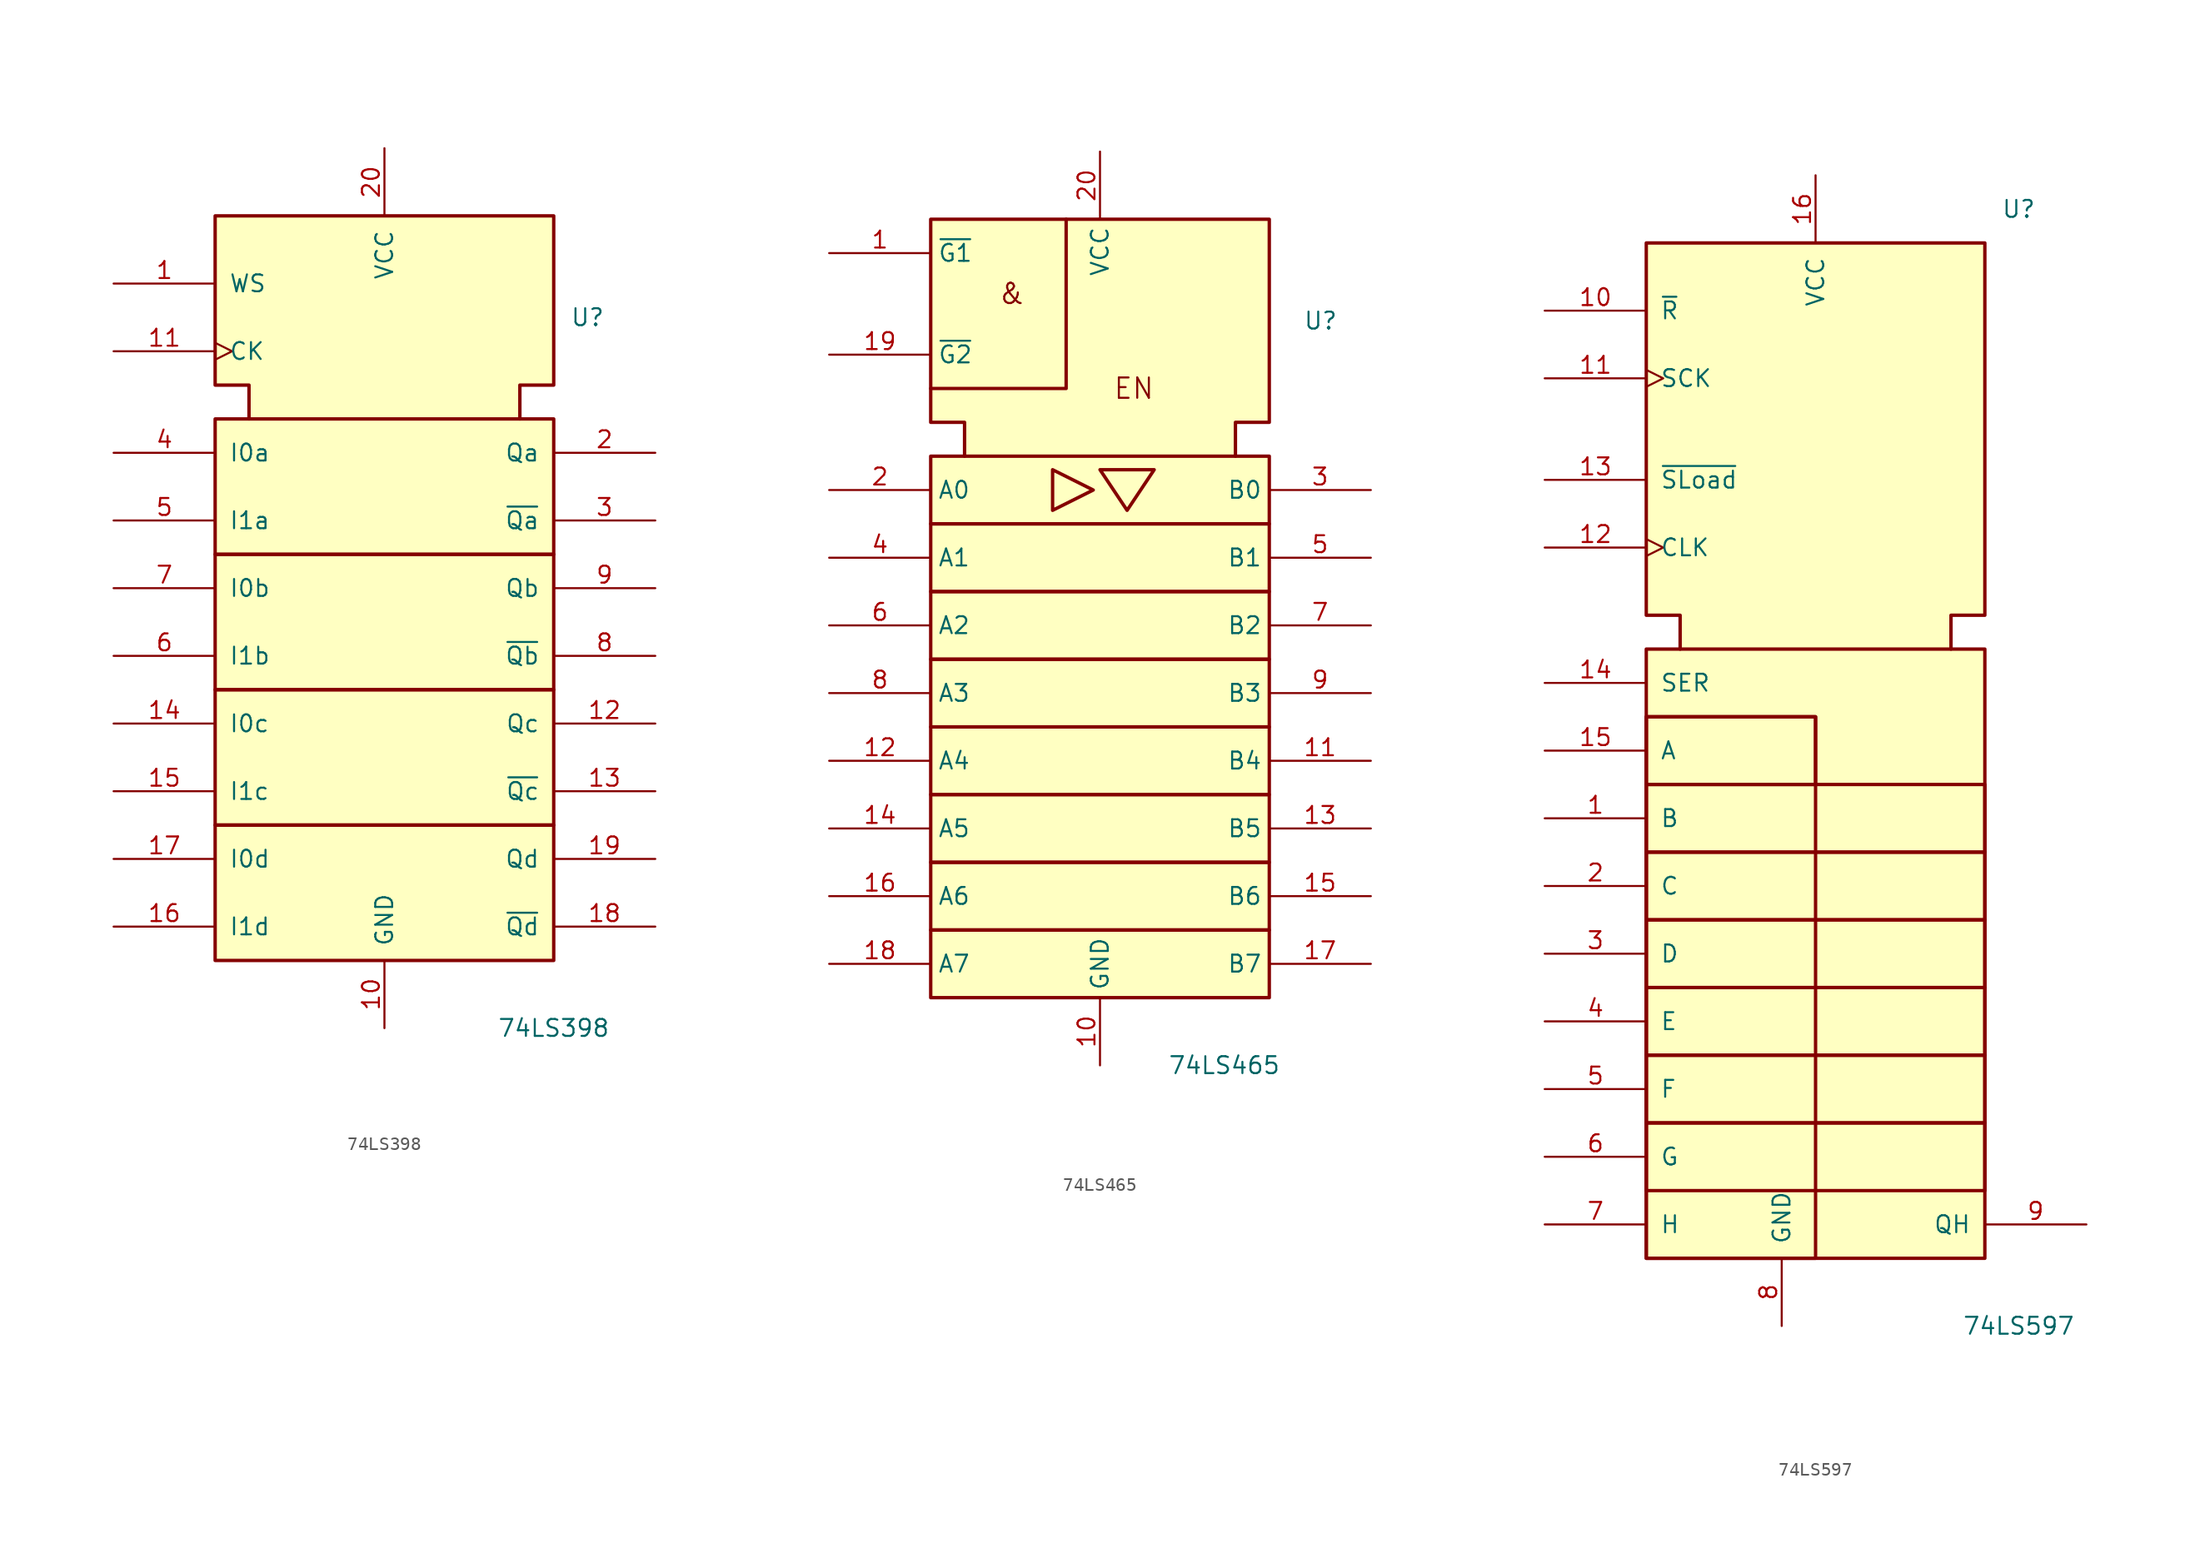
<source format=kicad_sym>
(kicad_symbol_lib
  (version 20231120)
  (generator "kicad_symbol_editor")
  (generator_version "8.0")
  (symbol "74LS398"
    (pin_names
      (offset 1.016))
    (property "Reference" "U"
      (at 15.24 20.32 0)
      (effects (font (size 1.27 1.27))))
    (property "Value" "74LS398"
      (at 12.7 -33.02 0)
      (effects (font (size 1.27 1.27))))
    (symbol "74LS398_0_0"
      (rectangle (start -12.7 -17.78) (end 12.7 -27.94) (stroke (width 0.254) (type default)) (fill (type background)))
      (rectangle (start -12.7 -7.62) (end 12.7 -17.78) (stroke (width 0.254) (type default)) (fill (type background)))
      (rectangle (start -12.7 2.54) (end 12.7 -7.62) (stroke (width 0.254) (type default)) (fill (type background)))
      (rectangle (start -12.7 12.7) (end 12.7 2.54) (stroke (width 0.254) (type default)) (fill (type background)))
      (polyline (pts (xy -10.16 12.7) (xy -10.16 15.24) (xy -12.7 15.24) (xy -12.7 27.94) (xy 12.7 27.94) (xy 12.7 15.24) (xy 10.16 15.24) (xy 10.16 12.7) (xy 10.16 12.7)) (stroke (width 0.254) (type default)) (fill (type background)))
      (pin power_in line (at 0 -33.02 90) (length 5.08) (name "GND" (effects (font (size 1.27 1.27)))) (number "10" (effects (font (size 1.27 1.27)))))
      (pin power_in line (at 0 33.02 270) (length 5.08) (name "VCC" (effects (font (size 1.27 1.27)))) (number "20" (effects (font (size 1.27 1.27))))))
    (symbol "74LS398_1_1"
      (pin input line (at -20.32 22.86 0) (length 7.62) (name "WS" (effects (font (size 1.27 1.27)))) (number "1" (effects (font (size 1.27 1.27)))))
      (pin input clock (at -20.32 17.78 0) (length 7.62) (name "CK" (effects (font (size 1.27 1.27)))) (number "11" (effects (font (size 1.27 1.27)))))
      (pin tri_state line (at 20.32 -10.16 180) (length 7.62) (name "Qc" (effects (font (size 1.27 1.27)))) (number "12" (effects (font (size 1.27 1.27)))))
      (pin output line (at 20.32 -15.24 180) (length 7.62) (name "~{Qc}" (effects (font (size 1.27 1.27)))) (number "13" (effects (font (size 1.27 1.27)))))
      (pin input line (at -20.32 -10.16 0) (length 7.62) (name "I0c" (effects (font (size 1.27 1.27)))) (number "14" (effects (font (size 1.27 1.27)))))
      (pin input line (at -20.32 -15.24 0) (length 7.62) (name "I1c" (effects (font (size 1.27 1.27)))) (number "15" (effects (font (size 1.27 1.27)))))
      (pin input line (at -20.32 -25.4 0) (length 7.62) (name "I1d" (effects (font (size 1.27 1.27)))) (number "16" (effects (font (size 1.27 1.27)))))
      (pin input line (at -20.32 -20.32 0) (length 7.62) (name "I0d" (effects (font (size 1.27 1.27)))) (number "17" (effects (font (size 1.27 1.27)))))
      (pin output line (at 20.32 -25.4 180) (length 7.62) (name "~{Qd}" (effects (font (size 1.27 1.27)))) (number "18" (effects (font (size 1.27 1.27)))))
      (pin tri_state line (at 20.32 -20.32 180) (length 7.62) (name "Qd" (effects (font (size 1.27 1.27)))) (number "19" (effects (font (size 1.27 1.27)))))
      (pin tri_state line (at 20.32 10.16 180) (length 7.62) (name "Qa" (effects (font (size 1.27 1.27)))) (number "2" (effects (font (size 1.27 1.27)))))
      (pin output line (at 20.32 5.08 180) (length 7.62) (name "~{Qa}" (effects (font (size 1.27 1.27)))) (number "3" (effects (font (size 1.27 1.27)))))
      (pin input line (at -20.32 10.16 0) (length 7.62) (name "I0a" (effects (font (size 1.27 1.27)))) (number "4" (effects (font (size 1.27 1.27)))))
      (pin input line (at -20.32 5.08 0) (length 7.62) (name "I1a" (effects (font (size 1.27 1.27)))) (number "5" (effects (font (size 1.27 1.27)))))
      (pin input line (at -20.32 -5.08 0) (length 7.62) (name "I1b" (effects (font (size 1.27 1.27)))) (number "6" (effects (font (size 1.27 1.27)))))
      (pin input line (at -20.32 0 0) (length 7.62) (name "I0b" (effects (font (size 1.27 1.27)))) (number "7" (effects (font (size 1.27 1.27)))))
      (pin output line (at 20.32 -5.08 180) (length 7.62) (name "~{Qb}" (effects (font (size 1.27 1.27)))) (number "8" (effects (font (size 1.27 1.27)))))
      (pin tri_state line (at 20.32 0 180) (length 7.62) (name "Qb" (effects (font (size 1.27 1.27)))) (number "9" (effects (font (size 1.27 1.27)))))))
  (symbol "74LS465"
    (property "Reference" "U"
      (at 15.24 25.4 0)
      (effects (font (size 1.27 1.27)) (justify left)))
    (property "Value" "74LS465"
      (at 5.08 -30.48 0)
      (effects (font (size 1.27 1.27)) (justify left)))
    (symbol "74LS465_0_0"
      (polyline (pts (xy -2.54 33.02) (xy -2.54 20.32) (xy -12.7 20.32) (xy -12.7 20.32)) (stroke (width 0.254) (type default)) (fill (type background)))
      (polyline (pts (xy -3.556 14.224) (xy -3.556 11.176) (xy -0.508 12.7) (xy -3.556 14.224) (xy -3.556 14.224)) (stroke (width 0.254) (type default)) (fill (type background)))
      (polyline (pts (xy 0 14.224) (xy 4.064 14.224) (xy 2.032 11.176) (xy 0 14.224) (xy 0 14.224)) (stroke (width 0.254) (type default)) (fill (type background)))
      (text "&" (at -6.604 27.432 0) (effects (font (size 1.524 1.524))))
      (text "EN" (at 2.54 20.32 0) (effects (font (size 1.524 1.524))))
      (pin power_in line (at 0 -30.48 90) (length 5.08) (name "GND" (effects (font (size 1.27 1.27)))) (number "10" (effects (font (size 1.27 1.27)))))
      (pin power_in line (at 0 38.1 270) (length 5.08) (name "VCC" (effects (font (size 1.27 1.27)))) (number "20" (effects (font (size 1.27 1.27))))))
    (symbol "74LS465_0_1"
      (rectangle (start -12.7 -20.32) (end 12.7 -25.4) (stroke (width 0.254) (type default)) (fill (type background)))
      (rectangle (start -12.7 -15.24) (end 12.7 -20.32) (stroke (width 0.254) (type default)) (fill (type background)))
      (rectangle (start -12.7 -10.16) (end 12.7 -15.24) (stroke (width 0.254) (type default)) (fill (type background)))
      (rectangle (start -12.7 -5.08) (end 12.7 -10.16) (stroke (width 0.254) (type default)) (fill (type background)))
      (rectangle (start -12.7 0) (end 12.7 -5.08) (stroke (width 0.254) (type default)) (fill (type background)))
      (rectangle (start -12.7 5.08) (end 12.7 0) (stroke (width 0.254) (type default)) (fill (type background)))
      (rectangle (start -12.7 10.16) (end 12.7 5.08) (stroke (width 0.254) (type default)) (fill (type background)))
      (rectangle (start -12.7 15.24) (end 12.7 10.16) (stroke (width 0.254) (type default)) (fill (type background)))
      (polyline (pts (xy -10.16 15.24) (xy -10.16 17.78) (xy -12.7 17.78) (xy -12.7 33.02) (xy 12.7 33.02) (xy 12.7 17.78) (xy 10.16 17.78) (xy 10.16 15.24) (xy 10.16 15.24)) (stroke (width 0.254) (type default)) (fill (type background))))
    (symbol "74LS465_1_1"
      (pin input line (at -20.32 30.48 0) (length 7.62) (name "~{G1}" (effects (font (size 1.27 1.27)))) (number "1" (effects (font (size 1.27 1.27)))))
      (pin tri_state line (at 20.32 -7.62 180) (length 7.62) (name "B4" (effects (font (size 1.27 1.27)))) (number "11" (effects (font (size 1.27 1.27)))))
      (pin tri_state line (at -20.32 -7.62 0) (length 7.62) (name "A4" (effects (font (size 1.27 1.27)))) (number "12" (effects (font (size 1.27 1.27)))))
      (pin tri_state line (at 20.32 -12.7 180) (length 7.62) (name "B5" (effects (font (size 1.27 1.27)))) (number "13" (effects (font (size 1.27 1.27)))))
      (pin tri_state line (at -20.32 -12.7 0) (length 7.62) (name "A5" (effects (font (size 1.27 1.27)))) (number "14" (effects (font (size 1.27 1.27)))))
      (pin tri_state line (at 20.32 -17.78 180) (length 7.62) (name "B6" (effects (font (size 1.27 1.27)))) (number "15" (effects (font (size 1.27 1.27)))))
      (pin tri_state line (at -20.32 -17.78 0) (length 7.62) (name "A6" (effects (font (size 1.27 1.27)))) (number "16" (effects (font (size 1.27 1.27)))))
      (pin tri_state line (at 20.32 -22.86 180) (length 7.62) (name "B7" (effects (font (size 1.27 1.27)))) (number "17" (effects (font (size 1.27 1.27)))))
      (pin tri_state line (at -20.32 -22.86 0) (length 7.62) (name "A7" (effects (font (size 1.27 1.27)))) (number "18" (effects (font (size 1.27 1.27)))))
      (pin input line (at -20.32 22.86 0) (length 7.62) (name "~{G2}" (effects (font (size 1.27 1.27)))) (number "19" (effects (font (size 1.27 1.27)))))
      (pin tri_state line (at -20.32 12.7 0) (length 7.62) (name "A0" (effects (font (size 1.27 1.27)))) (number "2" (effects (font (size 1.27 1.27)))))
      (pin tri_state line (at 20.32 12.7 180) (length 7.62) (name "B0" (effects (font (size 1.27 1.27)))) (number "3" (effects (font (size 1.27 1.27)))))
      (pin tri_state line (at -20.32 7.62 0) (length 7.62) (name "A1" (effects (font (size 1.27 1.27)))) (number "4" (effects (font (size 1.27 1.27)))))
      (pin tri_state line (at 20.32 7.62 180) (length 7.62) (name "B1" (effects (font (size 1.27 1.27)))) (number "5" (effects (font (size 1.27 1.27)))))
      (pin tri_state line (at -20.32 2.54 0) (length 7.62) (name "A2" (effects (font (size 1.27 1.27)))) (number "6" (effects (font (size 1.27 1.27)))))
      (pin tri_state line (at 20.32 2.54 180) (length 7.62) (name "B2" (effects (font (size 1.27 1.27)))) (number "7" (effects (font (size 1.27 1.27)))))
      (pin tri_state line (at -20.32 -2.54 0) (length 7.62) (name "A3" (effects (font (size 1.27 1.27)))) (number "8" (effects (font (size 1.27 1.27)))))
      (pin tri_state line (at 20.32 -2.54 180) (length 7.62) (name "B3" (effects (font (size 1.27 1.27)))) (number "9" (effects (font (size 1.27 1.27)))))))
  (symbol "74LS597"
    (pin_names
      (offset 1.016))
    (property "Reference" "U"
      (at 15.24 43.18 0)
      (effects (font (size 1.27 1.27))))
    (property "Value" "74LS597"
      (at 15.24 -40.64 0)
      (effects (font (size 1.27 1.27))))
    (symbol "74LS597_0_0"
      (rectangle (start -12.7 -30.48) (end -12.7 -30.48) (stroke (width 0.254) (type default)) (fill (type background)))
      (rectangle (start -12.7 -25.4) (end 12.7 -30.48) (stroke (width 0.254) (type default)) (fill (type background)))
      (rectangle (start -12.7 -20.32) (end 12.7 -25.4) (stroke (width 0.254) (type default)) (fill (type background)))
      (rectangle (start -12.7 -15.24) (end 12.7 -20.32) (stroke (width 0.254) (type default)) (fill (type background)))
      (rectangle (start -12.7 -10.16) (end 12.7 -15.24) (stroke (width 0.254) (type default)) (fill (type background)))
      (rectangle (start -12.7 -5.08) (end 12.7 -10.16) (stroke (width 0.254) (type default)) (fill (type background)))
      (rectangle (start -12.7 0) (end 12.7 -5.08) (stroke (width 0.254) (type default)) (fill (type background)))
      (rectangle (start -12.7 5.08) (end 0 -35.56) (stroke (width 0.254) (type default)) (fill (type background)))
      (rectangle (start -12.7 5.08) (end 0 0) (stroke (width 0.254) (type default)) (fill (type background)))
      (rectangle (start -12.7 10.16) (end 12.7 -35.56) (stroke (width 0.254) (type default)) (fill (type background)))
      (polyline (pts (xy -10.16 10.16) (xy -10.16 12.7) (xy -12.7 12.7) (xy -12.7 40.64) (xy 12.7 40.64) (xy 12.7 12.7) (xy 10.16 12.7) (xy 10.16 10.16) (xy 10.16 10.16)) (stroke (width 0.254) (type default)) (fill (type background))))
    (symbol "74LS597_0_1"
      (pin power_in line (at -2.54 -40.64 90) (length 5.08) (name "GND" (effects (font (size 1.27 1.27)))) (number "8" (effects (font (size 1.27 1.27))))))
    (symbol "74LS597_1_1"
      (pin input line (at -20.32 -2.54 0) (length 7.62) (name "B" (effects (font (size 1.27 1.27)))) (number "1" (effects (font (size 1.27 1.27)))))
      (pin input line (at -20.32 35.56 0) (length 7.62) (name "~{R}" (effects (font (size 1.27 1.27)))) (number "10" (effects (font (size 1.27 1.27)))))
      (pin input clock (at -20.32 30.48 0) (length 7.62) (name "SCK" (effects (font (size 1.27 1.27)))) (number "11" (effects (font (size 1.27 1.27)))))
      (pin input clock (at -20.32 17.78 0) (length 7.62) (name "CLK" (effects (font (size 1.27 1.27)))) (number "12" (effects (font (size 1.27 1.27)))))
      (pin input line (at -20.32 22.86 0) (length 7.62) (name "~{SLoad}" (effects (font (size 1.27 1.27)))) (number "13" (effects (font (size 1.27 1.27)))))
      (pin input line (at -20.32 7.62 0) (length 7.62) (name "SER" (effects (font (size 1.27 1.27)))) (number "14" (effects (font (size 1.27 1.27)))))
      (pin input line (at -20.32 2.54 0) (length 7.62) (name "A" (effects (font (size 1.27 1.27)))) (number "15" (effects (font (size 1.27 1.27)))))
      (pin power_in line (at 0 45.72 270) (length 5.08) (name "VCC" (effects (font (size 1.27 1.27)))) (number "16" (effects (font (size 1.27 1.27)))))
      (pin input line (at -20.32 -7.62 0) (length 7.62) (name "C" (effects (font (size 1.27 1.27)))) (number "2" (effects (font (size 1.27 1.27)))))
      (pin input line (at -20.32 -12.7 0) (length 7.62) (name "D" (effects (font (size 1.27 1.27)))) (number "3" (effects (font (size 1.27 1.27)))))
      (pin input line (at -20.32 -17.78 0) (length 7.62) (name "E" (effects (font (size 1.27 1.27)))) (number "4" (effects (font (size 1.27 1.27)))))
      (pin input line (at -20.32 -22.86 0) (length 7.62) (name "F" (effects (font (size 1.27 1.27)))) (number "5" (effects (font (size 1.27 1.27)))))
      (pin input line (at -20.32 -27.94 0) (length 7.62) (name "G" (effects (font (size 1.27 1.27)))) (number "6" (effects (font (size 1.27 1.27)))))
      (pin input line (at -20.32 -33.02 0) (length 7.62) (name "H" (effects (font (size 1.27 1.27)))) (number "7" (effects (font (size 1.27 1.27)))))
      (pin tri_state line (at 20.32 -33.02 180) (length 7.62) (name "QH" (effects (font (size 1.27 1.27)))) (number "9" (effects (font (size 1.27 1.27))))))))
</source>
